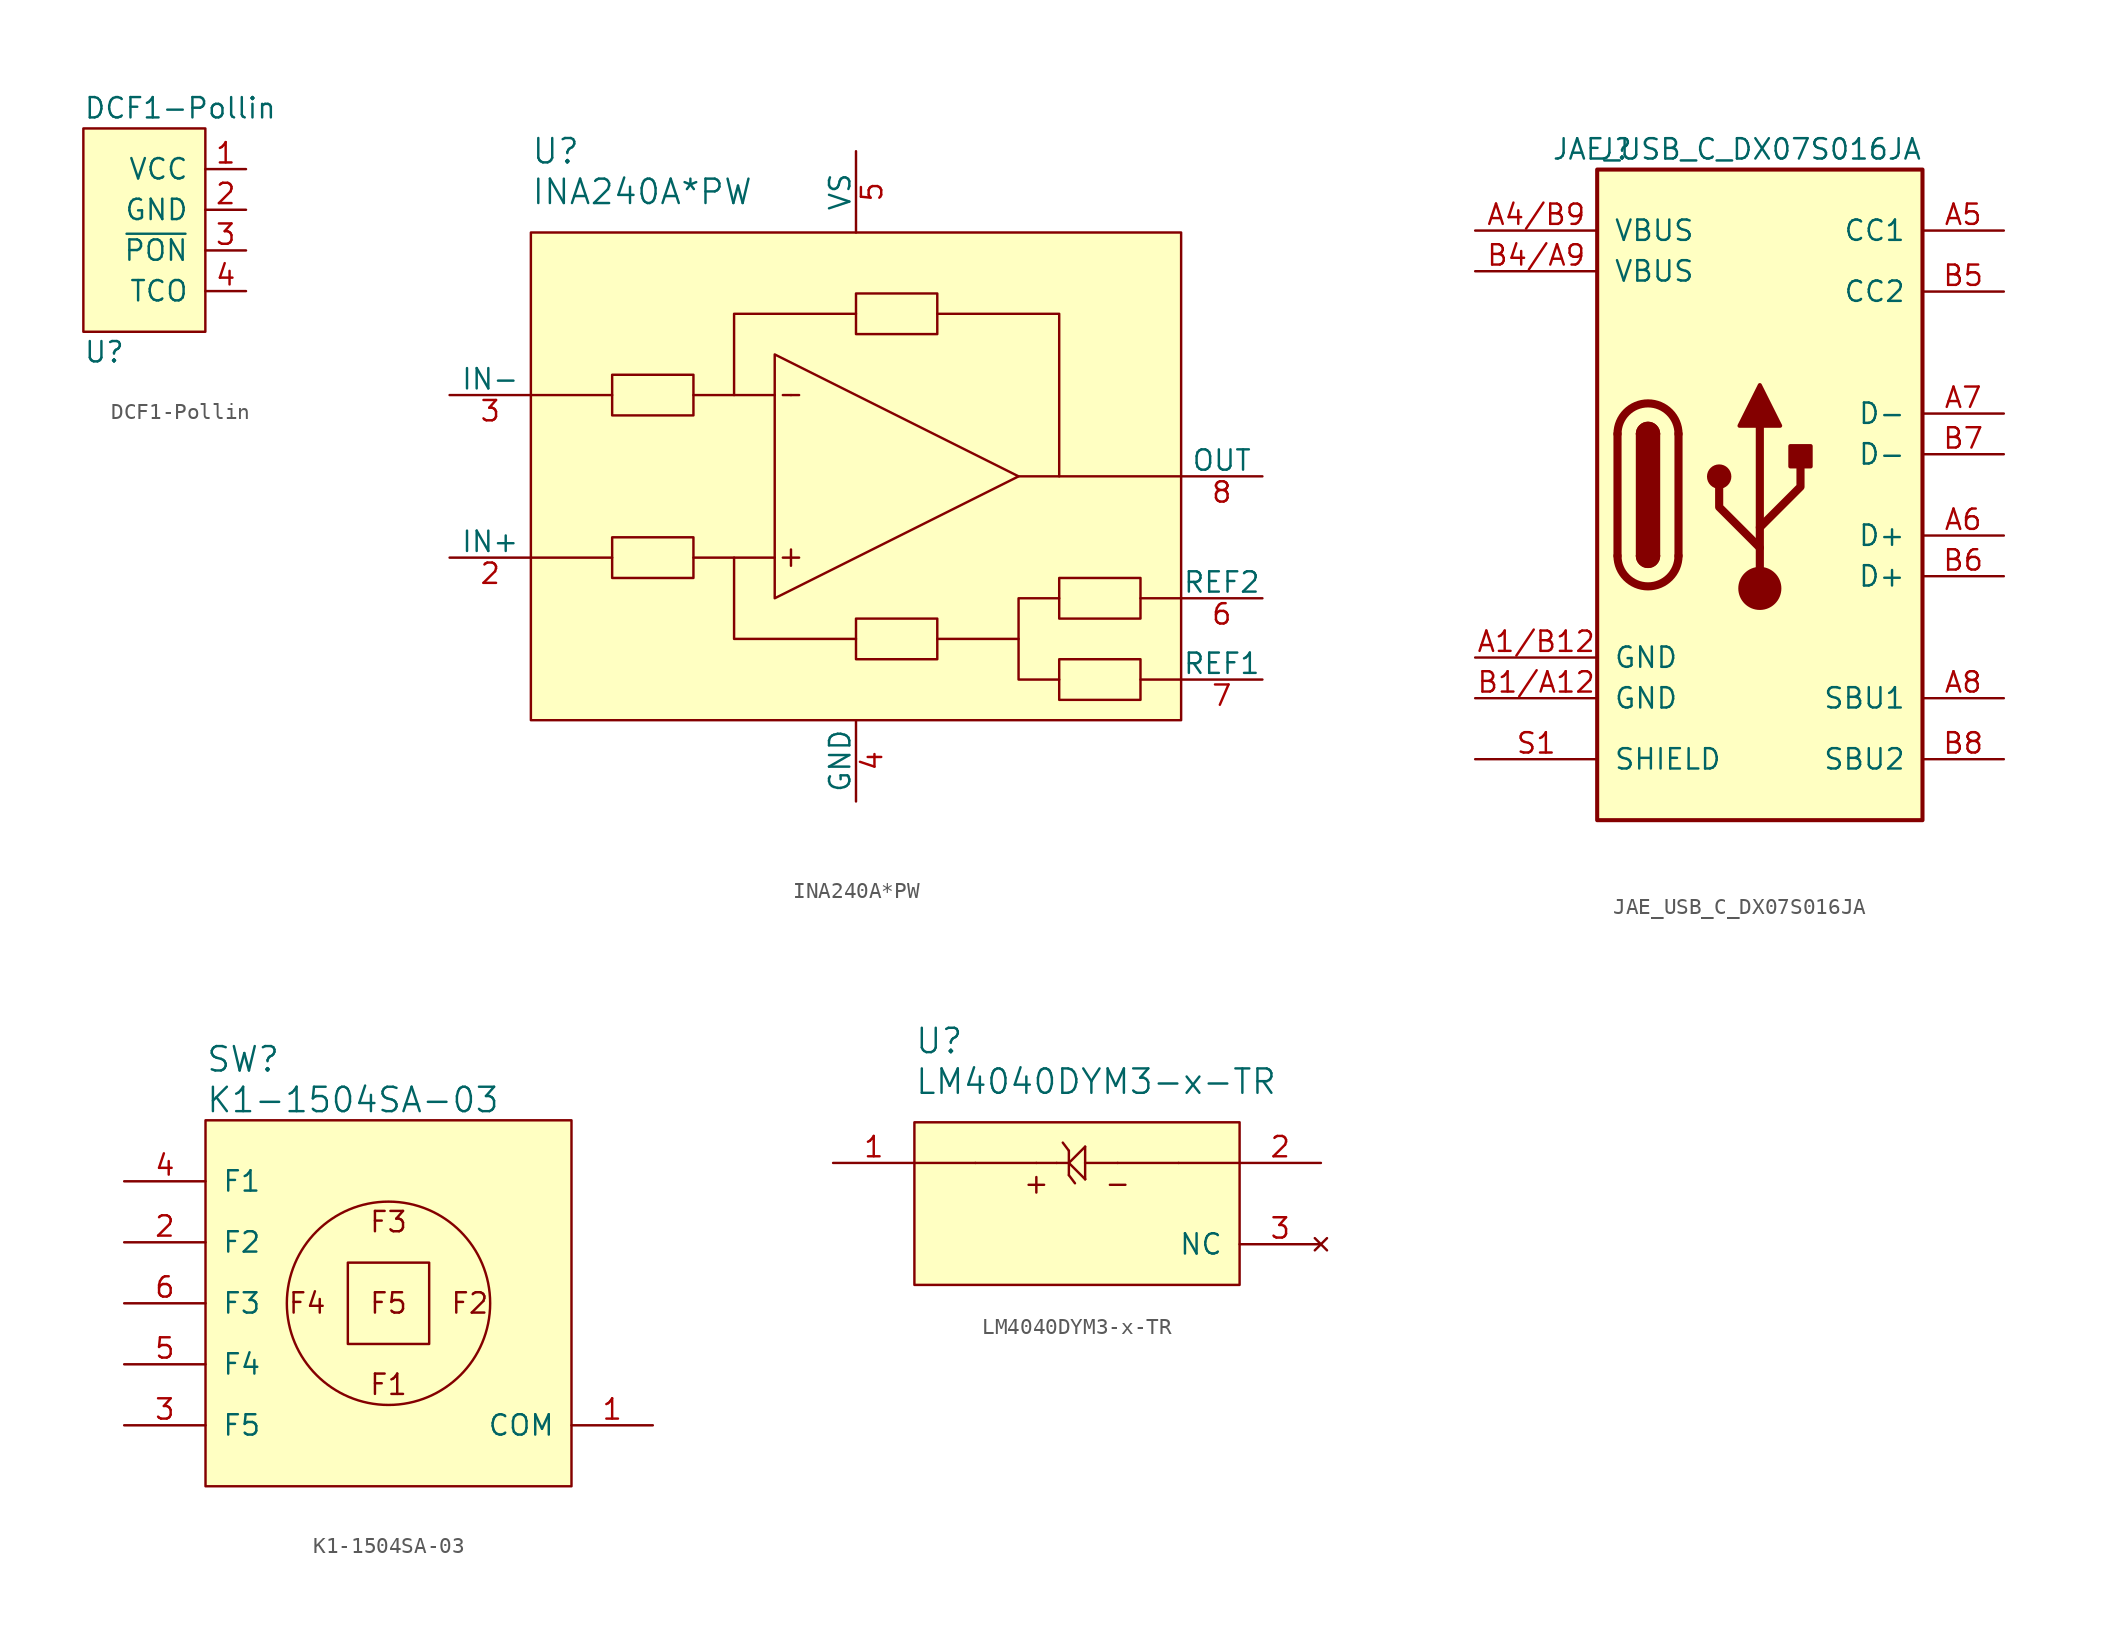
<source format=kicad_sym>
(kicad_symbol_lib
  (version 20211014)
  (generator kicad_symbol_editor)
  (symbol "DCF1-Pollin"
    (pin_names
      (offset 1.016))
    (property "Reference" "U"
      (at -3.81 -7.62 0)
      (effects (font (size 1.27 1.27)) (justify left)))
    (property "Value" "DCF1-Pollin"
      (at -3.81 7.62 0)
      (effects (font (size 1.27 1.27)) (justify left)))
    (symbol "DCF1-Pollin_0_1"
      (rectangle (start -3.81 6.35) (end 3.81 -6.35) (stroke (width 0) (type default) (color 0 0 0 0)) (fill (type background))))
    (symbol "DCF1-Pollin_1_1"
      (pin power_in line (at 6.35 3.81 180) (length 2.54) (name "VCC" (effects (font (size 1.27 1.27)))) (number "1" (effects (font (size 1.27 1.27)))))
      (pin power_in line (at 6.35 1.27 180) (length 2.54) (name "GND" (effects (font (size 1.27 1.27)))) (number "2" (effects (font (size 1.27 1.27)))))
      (pin input line (at 6.35 -1.27 180) (length 2.54) (name "~{PON}" (effects (font (size 1.27 1.27)))) (number "3" (effects (font (size 1.27 1.27)))))
      (pin output line (at 6.35 -3.81 180) (length 2.54) (name "TCO" (effects (font (size 1.27 1.27)))) (number "4" (effects (font (size 1.27 1.27)))))))
  (symbol "INA240A*PW"
    (pin_names
      (offset 0))
    (property "Reference" "U"
      (at -20.32 20.32 0)
      (effects (font (size 1.524 1.524)) (justify left)))
    (property "Value" "INA240A*PW"
      (at -20.32 17.78 0)
      (effects (font (size 1.524 1.524)) (justify left)))
    (symbol "INA240A*PW_0_1"
      (rectangle (start -15.24 -3.81) (end -10.16 -6.35) (stroke (width 0) (type default) (color 0 0 0 0)) (fill (type none)))
      (rectangle (start -15.24 6.35) (end -10.16 3.81) (stroke (width 0) (type default) (color 0 0 0 0)) (fill (type none)))
      (rectangle (start 0 -8.89) (end 5.08 -11.43) (stroke (width 0) (type default) (color 0 0 0 0)) (fill (type none)))
      (polyline (pts (xy -20.32 -5.08) (xy -15.24 -5.08)) (stroke (width 0) (type default) (color 0 0 0 0)) (fill (type none)))
      (polyline (pts (xy -20.32 5.08) (xy -15.24 5.08)) (stroke (width 0) (type default) (color 0 0 0 0)) (fill (type none)))
      (polyline (pts (xy -10.16 -5.08) (xy -5.08 -5.08)) (stroke (width 0) (type default) (color 0 0 0 0)) (fill (type none)))
      (polyline (pts (xy -10.16 5.08) (xy -5.08 5.08)) (stroke (width 0) (type default) (color 0 0 0 0)) (fill (type none)))
      (polyline (pts (xy -4.064 5.08) (xy -4.572 5.08)) (stroke (width 0) (type default) (color 0 0 0 0)) (fill (type none)))
      (polyline (pts (xy -4.064 5.08) (xy -3.556 5.08)) (stroke (width 0) (type default) (color 0 0 0 0)) (fill (type none)))
      (polyline (pts (xy 5.08 -10.16) (xy 10.16 -10.16)) (stroke (width 0) (type default) (color 0 0 0 0)) (fill (type none)))
      (polyline (pts (xy 10.16 0) (xy 20.32 0)) (stroke (width 0) (type default) (color 0 0 0 0)) (fill (type none)))
      (polyline (pts (xy 20.32 -12.7) (xy 17.78 -12.7)) (stroke (width 0) (type default) (color 0 0 0 0)) (fill (type none)))
      (polyline (pts (xy 20.32 -7.62) (xy 17.78 -7.62)) (stroke (width 0) (type default) (color 0 0 0 0)) (fill (type none)))
      (polyline (pts (xy 5.08 10.16) (xy 12.7 10.16) (xy 12.7 0)) (stroke (width 0) (type default) (color 0 0 0 0)) (fill (type none)))
      (polyline (pts (xy -7.62 -5.08) (xy -7.62 -7.62) (xy -7.62 -10.16) (xy 0 -10.16)) (stroke (width 0) (type default) (color 0 0 0 0)) (fill (type none)))
      (polyline (pts (xy -7.62 5.08) (xy -7.62 7.62) (xy -7.62 10.16) (xy 0 10.16)) (stroke (width 0) (type default) (color 0 0 0 0)) (fill (type none)))
      (polyline (pts (xy -5.08 7.62) (xy -5.08 -7.62) (xy 10.16 0) (xy -5.08 7.62)) (stroke (width 0) (type default) (color 0 0 0 0)) (fill (type none)))
      (polyline (pts (xy 12.7 -7.62) (xy 10.16 -7.62) (xy 10.16 -12.7) (xy 12.7 -12.7)) (stroke (width 0) (type default) (color 0 0 0 0)) (fill (type none)))
      (polyline (pts (xy -4.572 -5.08) (xy -4.064 -5.08) (xy -4.064 -4.572) (xy -4.064 -5.588) (xy -4.064 -5.08) (xy -3.556 -5.08)) (stroke (width 0) (type default) (color 0 0 0 0)) (fill (type none)))
      (rectangle (start 0 11.43) (end 5.08 8.89) (stroke (width 0) (type default) (color 0 0 0 0)) (fill (type none)))
      (rectangle (start 17.78 -11.43) (end 12.7 -13.97) (stroke (width 0) (type default) (color 0 0 0 0)) (fill (type none)))
      (rectangle (start 17.78 -6.35) (end 12.7 -8.89) (stroke (width 0) (type default) (color 0 0 0 0)) (fill (type none)))
      (rectangle (start 20.32 -15.24) (end -20.32 15.24) (stroke (width 0) (type default) (color 0 0 0 0)) (fill (type background))))
    (symbol "INA240A*PW_1_1"
      (pin input line (at -25.4 -5.08 0) (length 5.08) (name "IN+" (effects (font (size 1.27 1.27)))) (number "2" (effects (font (size 1.27 1.27)))))
      (pin input line (at -25.4 5.08 0) (length 5.08) (name "IN-" (effects (font (size 1.27 1.27)))) (number "3" (effects (font (size 1.27 1.27)))))
      (pin power_in line (at 0 -20.32 90) (length 5.08) (name "GND" (effects (font (size 1.27 1.27)))) (number "4" (effects (font (size 1.27 1.27)))))
      (pin power_in line (at 0 20.32 270) (length 5.08) (name "VS" (effects (font (size 1.27 1.27)))) (number "5" (effects (font (size 1.27 1.27)))))
      (pin input line (at 25.4 -7.62 180) (length 5.08) (name "REF2" (effects (font (size 1.27 1.27)))) (number "6" (effects (font (size 1.27 1.27)))))
      (pin input line (at 25.4 -12.7 180) (length 5.08) (name "REF1" (effects (font (size 1.27 1.27)))) (number "7" (effects (font (size 1.27 1.27)))))
      (pin output line (at 25.4 0 180) (length 5.08) (name "OUT" (effects (font (size 1.27 1.27)))) (number "8" (effects (font (size 1.27 1.27)))))))
  (symbol "JAE_USB_C_DX07S016JA"
    (pin_names
      (offset 1.016))
    (property "Reference" "J"
      (at -10.16 21.59 0)
      (effects (font (size 1.27 1.27)) (justify left)))
    (property "Value" "JAE_USB_C_DX07S016JA"
      (at 10.16 21.59 0)
      (effects (font (size 1.27 1.27)) (justify right)))
    (symbol "JAE_USB_C_DX07S016JA_0_1"
      (rectangle (start -10.16 20.32) (end 10.16 -20.32) (stroke (width 0.254) (type default) (color 0 0 0 0)) (fill (type background)))
      (arc (start -8.89 -3.81) (mid -6.985 -5.715) (end -5.08 -3.81) (stroke (width 0.508) (type default) (color 0 0 0 0)) (fill (type none)))
      (arc (start -7.62 -3.81) (mid -6.985 -4.445) (end -6.35 -3.81) (stroke (width 0.254) (type default) (color 0 0 0 0)) (fill (type none)))
      (arc (start -7.62 -3.81) (mid -6.985 -4.445) (end -6.35 -3.81) (stroke (width 0.254) (type default) (color 0 0 0 0)) (fill (type outline)))
      (rectangle (start -7.62 -3.81) (end -6.35 3.81) (stroke (width 0.254) (type default) (color 0 0 0 0)) (fill (type outline)))
      (arc (start -6.35 3.81) (mid -6.985 4.445) (end -7.62 3.81) (stroke (width 0.254) (type default) (color 0 0 0 0)) (fill (type none)))
      (arc (start -6.35 3.81) (mid -6.985 4.445) (end -7.62 3.81) (stroke (width 0.254) (type default) (color 0 0 0 0)) (fill (type outline)))
      (arc (start -5.08 3.81) (mid -6.985 5.715) (end -8.89 3.81) (stroke (width 0.508) (type default) (color 0 0 0 0)) (fill (type none)))
      (circle (center -2.54 1.143) (radius 0.635) (stroke (width 0.254) (type default) (color 0 0 0 0)) (fill (type outline)))
      (circle (center 0 -5.842) (radius 1.27) (stroke (width 0) (type default) (color 0 0 0 0)) (fill (type outline)))
      (polyline (pts (xy -8.89 -3.81) (xy -8.89 3.81)) (stroke (width 0.508) (type default) (color 0 0 0 0)) (fill (type none)))
      (polyline (pts (xy -5.08 3.81) (xy -5.08 -3.81)) (stroke (width 0.508) (type default) (color 0 0 0 0)) (fill (type none)))
      (polyline (pts (xy 0 -5.842) (xy 0 4.318)) (stroke (width 0.508) (type default) (color 0 0 0 0)) (fill (type none)))
      (polyline (pts (xy 0 -3.302) (xy -2.54 -0.762) (xy -2.54 0.508)) (stroke (width 0.508) (type default) (color 0 0 0 0)) (fill (type none)))
      (polyline (pts (xy 0 -2.032) (xy 2.54 0.508) (xy 2.54 1.778)) (stroke (width 0.508) (type default) (color 0 0 0 0)) (fill (type none)))
      (polyline (pts (xy -1.27 4.318) (xy 0 6.858) (xy 1.27 4.318) (xy -1.27 4.318)) (stroke (width 0.254) (type default) (color 0 0 0 0)) (fill (type outline)))
      (rectangle (start 1.905 1.778) (end 3.175 3.048) (stroke (width 0.254) (type default) (color 0 0 0 0)) (fill (type outline))))
    (symbol "JAE_USB_C_DX07S016JA_1_1"
      (pin bidirectional line (at -17.78 -10.16 0) (length 7.62) (name "GND" (effects (font (size 1.27 1.27)))) (number "A1/B12" (effects (font (size 1.27 1.27)))))
      (pin bidirectional line (at -17.78 16.51 0) (length 7.62) (name "VBUS" (effects (font (size 1.27 1.27)))) (number "A4/B9" (effects (font (size 1.27 1.27)))))
      (pin bidirectional line (at 15.24 16.51 180) (length 5.08) (name "CC1" (effects (font (size 1.27 1.27)))) (number "A5" (effects (font (size 1.27 1.27)))))
      (pin bidirectional line (at 15.24 -2.54 180) (length 5.08) (name "D+" (effects (font (size 1.27 1.27)))) (number "A6" (effects (font (size 1.27 1.27)))))
      (pin bidirectional line (at 15.24 5.08 180) (length 5.08) (name "D-" (effects (font (size 1.27 1.27)))) (number "A7" (effects (font (size 1.27 1.27)))))
      (pin bidirectional line (at 15.24 -12.7 180) (length 5.08) (name "SBU1" (effects (font (size 1.27 1.27)))) (number "A8" (effects (font (size 1.27 1.27)))))
      (pin bidirectional line (at -17.78 -12.7 0) (length 7.62) (name "GND" (effects (font (size 1.27 1.27)))) (number "B1/A12" (effects (font (size 1.27 1.27)))))
      (pin bidirectional line (at -17.78 13.97 0) (length 7.62) (name "VBUS" (effects (font (size 1.27 1.27)))) (number "B4/A9" (effects (font (size 1.27 1.27)))))
      (pin bidirectional line (at 15.24 12.7 180) (length 5.08) (name "CC2" (effects (font (size 1.27 1.27)))) (number "B5" (effects (font (size 1.27 1.27)))))
      (pin bidirectional line (at 15.24 -5.08 180) (length 5.08) (name "D+" (effects (font (size 1.27 1.27)))) (number "B6" (effects (font (size 1.27 1.27)))))
      (pin bidirectional line (at 15.24 2.54 180) (length 5.08) (name "D-" (effects (font (size 1.27 1.27)))) (number "B7" (effects (font (size 1.27 1.27)))))
      (pin bidirectional line (at 15.24 -16.51 180) (length 5.08) (name "SBU2" (effects (font (size 1.27 1.27)))) (number "B8" (effects (font (size 1.27 1.27)))))
      (pin passive line (at -17.78 -16.51 0) (length 7.62) (name "SHIELD" (effects (font (size 1.27 1.27)))) (number "S1" (effects (font (size 1.27 1.27)))))))
  (symbol "K1-1504SA-03"
    (pin_names
      (offset 1.016))
    (property "Reference" "SW"
      (at -11.43 15.24 0)
      (effects (font (size 1.524 1.524)) (justify left)))
    (property "Value" "K1-1504SA-03"
      (at -11.43 12.7 0)
      (effects (font (size 1.524 1.524)) (justify left)))
    (symbol "K1-1504SA-03_0_0"
      (text "F1" (at 0 -5.08 0) (effects (font (size 1.27 1.27))))
      (text "F2" (at 5.08 0 0) (effects (font (size 1.27 1.27))))
      (text "F3" (at 0 5.08 0) (effects (font (size 1.27 1.27))))
      (text "F4" (at -5.08 0 0) (effects (font (size 1.27 1.27))))
      (text "F5" (at 0 0 0) (effects (font (size 1.27 1.27)))))
    (symbol "K1-1504SA-03_0_1"
      (rectangle (start -11.43 -11.43) (end 11.43 11.43) (stroke (width 0) (type default) (color 0 0 0 0)) (fill (type background)))
      (circle (center 0 0) (radius 6.35) (stroke (width 0) (type default) (color 0 0 0 0)) (fill (type none)))
      (rectangle (start 2.54 -2.54) (end -2.54 2.54) (stroke (width 0) (type default) (color 0 0 0 0)) (fill (type none))))
    (symbol "K1-1504SA-03_1_1"
      (pin bidirectional line (at 16.51 -7.62 180) (length 5.08) (name "COM" (effects (font (size 1.27 1.27)))) (number "1" (effects (font (size 1.27 1.27)))))
      (pin bidirectional line (at -16.51 3.81 0) (length 5.08) (name "F2" (effects (font (size 1.27 1.27)))) (number "2" (effects (font (size 1.27 1.27)))))
      (pin bidirectional line (at -16.51 -7.62 0) (length 5.08) (name "F5" (effects (font (size 1.27 1.27)))) (number "3" (effects (font (size 1.27 1.27)))))
      (pin bidirectional line (at -16.51 7.62 0) (length 5.08) (name "F1" (effects (font (size 1.27 1.27)))) (number "4" (effects (font (size 1.27 1.27)))))
      (pin bidirectional line (at -16.51 -3.81 0) (length 5.08) (name "F4" (effects (font (size 1.27 1.27)))) (number "5" (effects (font (size 1.27 1.27)))))
      (pin bidirectional line (at -16.51 0 0) (length 5.08) (name "F3" (effects (font (size 1.27 1.27)))) (number "6" (effects (font (size 1.27 1.27)))))))
  (symbol "LM4040DYM3-x-TR"
    (pin_names
      (offset 1.016))
    (property "Reference" "U"
      (at -10.16 10.16 0)
      (effects (font (size 1.524 1.524)) (justify left)))
    (property "Value" "LM4040DYM3-x-TR"
      (at -10.16 7.62 0)
      (effects (font (size 1.524 1.524)) (justify left)))
    (symbol "LM4040DYM3-x-TR_0_0"
      (text "+" (at -2.54 1.27 0) (effects (font (size 1.27 1.27))))
      (text "-" (at 2.54 1.27 0) (effects (font (size 1.27 1.27)))))
    (symbol "LM4040DYM3-x-TR_0_1"
      (rectangle (start -10.16 5.08) (end 10.16 -5.08) (stroke (width 0) (type default) (color 0 0 0 0)) (fill (type background)))
      (polyline (pts (xy -10.16 2.54) (xy -6.35 2.54)) (stroke (width 0) (type default) (color 0 0 0 0)) (fill (type none)))
      (polyline (pts (xy -2.54 2.54) (xy -6.35 2.54)) (stroke (width 0) (type default) (color 0 0 0 0)) (fill (type none)))
      (polyline (pts (xy -1.27 2.54) (xy -2.54 2.54)) (stroke (width 0) (type default) (color 0 0 0 0)) (fill (type none)))
      (polyline (pts (xy -1.27 2.54) (xy -0.508 2.54)) (stroke (width 0) (type default) (color 0 0 0 0)) (fill (type none)))
      (polyline (pts (xy -0.508 1.778) (xy -0.127 1.27)) (stroke (width 0) (type default) (color 0 0 0 0)) (fill (type none)))
      (polyline (pts (xy -0.508 2.54) (xy -0.508 1.778)) (stroke (width 0) (type default) (color 0 0 0 0)) (fill (type none)))
      (polyline (pts (xy -0.508 2.54) (xy -0.508 3.302)) (stroke (width 0) (type default) (color 0 0 0 0)) (fill (type none)))
      (polyline (pts (xy -0.508 2.54) (xy 0.508 1.524)) (stroke (width 0) (type default) (color 0 0 0 0)) (fill (type none)))
      (polyline (pts (xy -0.508 3.302) (xy -0.889 3.81)) (stroke (width 0) (type default) (color 0 0 0 0)) (fill (type none)))
      (polyline (pts (xy 0.508 1.524) (xy 0.508 1.524)) (stroke (width 0) (type default) (color 0 0 0 0)) (fill (type none)))
      (polyline (pts (xy 0.508 2.54) (xy 0.508 1.524)) (stroke (width 0) (type default) (color 0 0 0 0)) (fill (type none)))
      (polyline (pts (xy 0.508 2.54) (xy 0.508 3.556)) (stroke (width 0) (type default) (color 0 0 0 0)) (fill (type none)))
      (polyline (pts (xy 0.508 3.556) (xy -0.508 2.54)) (stroke (width 0) (type default) (color 0 0 0 0)) (fill (type none)))
      (polyline (pts (xy 2.54 2.54) (xy 0.508 2.54)) (stroke (width 0) (type default) (color 0 0 0 0)) (fill (type none)))
      (polyline (pts (xy 6.35 2.54) (xy 2.54 2.54)) (stroke (width 0) (type default) (color 0 0 0 0)) (fill (type none)))
      (polyline (pts (xy 6.35 2.54) (xy 10.16 2.54)) (stroke (width 0) (type default) (color 0 0 0 0)) (fill (type none))))
    (symbol "LM4040DYM3-x-TR_1_1"
      (pin bidirectional line (at -15.24 2.54 0) (length 5.08) (name "~" (effects (font (size 1.27 1.27)))) (number "1" (effects (font (size 1.27 1.27)))))
      (pin bidirectional line (at 15.24 2.54 180) (length 5.08) (name "~" (effects (font (size 1.27 1.27)))) (number "2" (effects (font (size 1.27 1.27)))))
      (pin no_connect line (at 15.24 -2.54 180) (length 5.08) (name "NC" (effects (font (size 1.27 1.27)))) (number "3" (effects (font (size 1.27 1.27))))))))
</source>
